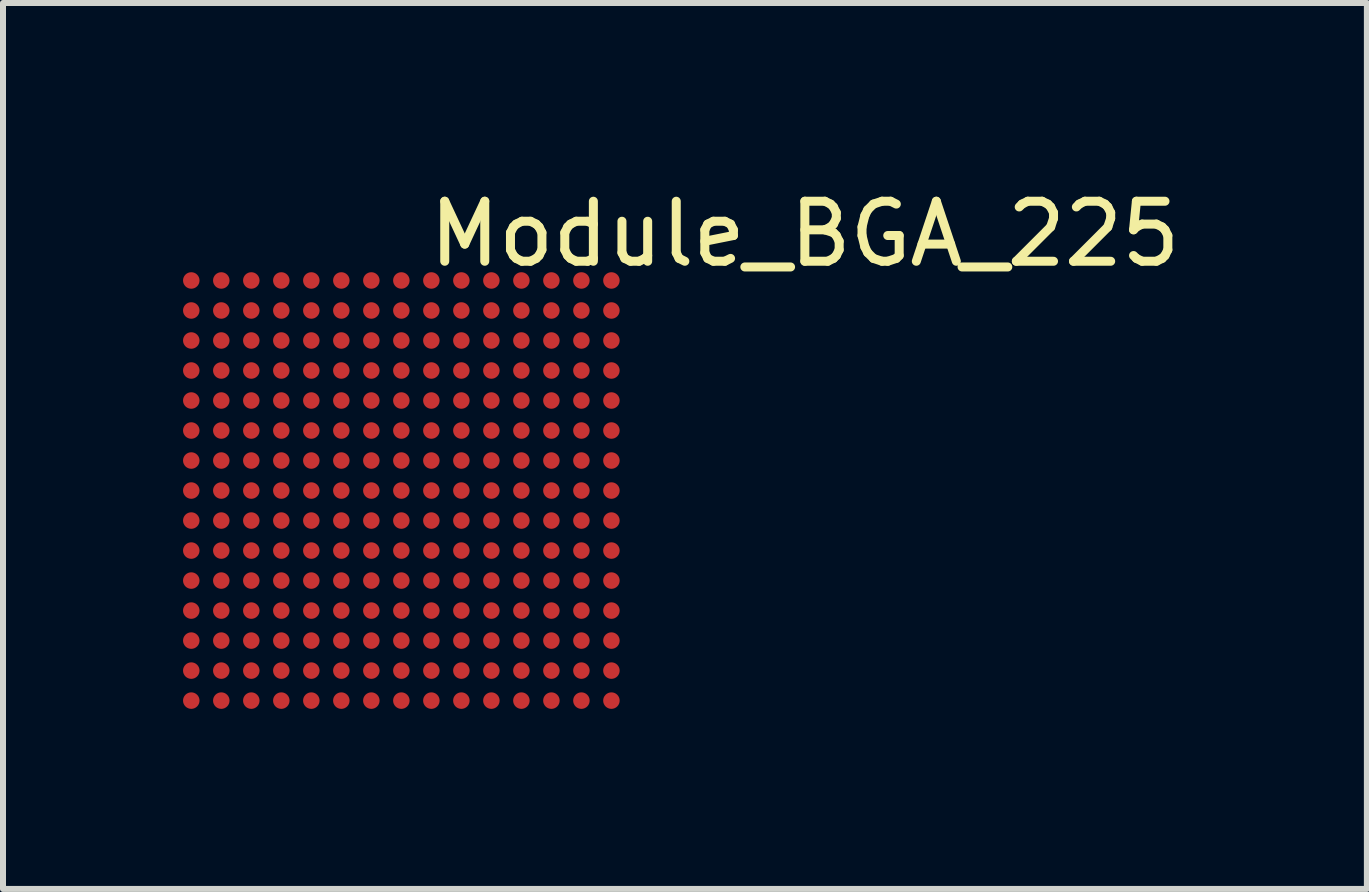
<source format=kicad_pcb>
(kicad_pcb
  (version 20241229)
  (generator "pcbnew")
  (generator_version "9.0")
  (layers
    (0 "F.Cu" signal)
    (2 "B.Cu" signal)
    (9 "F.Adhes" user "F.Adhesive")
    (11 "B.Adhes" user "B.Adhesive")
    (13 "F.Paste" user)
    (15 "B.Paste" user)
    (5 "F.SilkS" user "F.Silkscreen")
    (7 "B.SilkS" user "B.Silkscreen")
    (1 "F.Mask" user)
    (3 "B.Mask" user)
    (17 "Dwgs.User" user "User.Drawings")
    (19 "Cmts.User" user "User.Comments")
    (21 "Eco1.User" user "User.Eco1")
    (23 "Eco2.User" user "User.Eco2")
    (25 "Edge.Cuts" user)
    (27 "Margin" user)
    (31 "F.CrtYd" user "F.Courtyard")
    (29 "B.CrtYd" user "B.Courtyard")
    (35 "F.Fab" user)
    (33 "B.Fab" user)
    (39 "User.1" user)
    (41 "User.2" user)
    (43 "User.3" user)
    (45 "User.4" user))
  (footprint "Module_BGA_225"
    (layer "F.Cu")
    (at 3.659 5.659)
    (property "Reference" "Module_BGA_225" (at 6.701 -4.811 0) (unlocked yes) (layer "F.SilkS") (effects (font (size 1 1) (thickness 0.15))))
    (attr smd)
    (pad "1" smd circle (at -3.522 -4.036) (size 0.275 0.275) (layers "F.Cu" "F.Mask" "F.Paste"))
    (pad "2" smd circle (at -3.022 -4.036) (size 0.275 0.275) (layers "F.Cu" "F.Mask" "F.Paste"))
    (pad "3" smd circle (at -2.522 -4.036) (size 0.275 0.275) (layers "F.Cu" "F.Mask" "F.Paste"))
    (pad "4" smd circle (at -2.022 -4.036) (size 0.275 0.275) (layers "F.Cu" "F.Mask" "F.Paste"))
    (pad "5" smd circle (at -1.522 -4.036) (size 0.275 0.275) (layers "F.Cu" "F.Mask" "F.Paste"))
    (pad "6" smd circle (at -1.022 -4.036) (size 0.275 0.275) (layers "F.Cu" "F.Mask" "F.Paste"))
    (pad "7" smd circle (at -0.522 -4.036) (size 0.275 0.275) (layers "F.Cu" "F.Mask" "F.Paste"))
    (pad "8" smd circle (at -0.022 -4.036) (size 0.275 0.275) (layers "F.Cu" "F.Mask" "F.Paste"))
    (pad "9" smd circle (at 0.478 -4.036) (size 0.275 0.275) (layers "F.Cu" "F.Mask" "F.Paste"))
    (pad "10" smd circle (at 0.978 -4.036) (size 0.275 0.275) (layers "F.Cu" "F.Mask" "F.Paste"))
    (pad "11" smd circle (at 1.478 -4.036) (size 0.275 0.275) (layers "F.Cu" "F.Mask" "F.Paste"))
    (pad "12" smd circle (at 1.978 -4.036) (size 0.275 0.275) (layers "F.Cu" "F.Mask" "F.Paste"))
    (pad "13" smd circle (at 2.478 -4.036) (size 0.275 0.275) (layers "F.Cu" "F.Mask" "F.Paste"))
    (pad "14" smd circle (at 2.978 -4.036) (size 0.275 0.275) (layers "F.Cu" "F.Mask" "F.Paste"))
    (pad "15" smd circle (at 3.478 -4.036) (size 0.275 0.275) (layers "F.Cu" "F.Mask" "F.Paste"))
    (pad "16" smd circle (at -3.522 -3.536) (size 0.275 0.275) (layers "F.Cu" "F.Mask" "F.Paste"))
    (pad "17" smd circle (at -3.022 -3.536) (size 0.275 0.275) (layers "F.Cu" "F.Mask" "F.Paste"))
    (pad "18" smd circle (at -2.522 -3.536) (size 0.275 0.275) (layers "F.Cu" "F.Mask" "F.Paste"))
    (pad "19" smd circle (at -2.022 -3.536) (size 0.275 0.275) (layers "F.Cu" "F.Mask" "F.Paste"))
    (pad "20" smd circle (at -1.522 -3.536) (size 0.275 0.275) (layers "F.Cu" "F.Mask" "F.Paste"))
    (pad "21" smd circle (at -1.022 -3.536) (size 0.275 0.275) (layers "F.Cu" "F.Mask" "F.Paste"))
    (pad "22" smd circle (at -0.522 -3.536) (size 0.275 0.275) (layers "F.Cu" "F.Mask" "F.Paste"))
    (pad "23" smd circle (at -0.022 -3.536) (size 0.275 0.275) (layers "F.Cu" "F.Mask" "F.Paste"))
    (pad "24" smd circle (at 0.478 -3.536) (size 0.275 0.275) (layers "F.Cu" "F.Mask" "F.Paste"))
    (pad "25" smd circle (at 0.978 -3.536) (size 0.275 0.275) (layers "F.Cu" "F.Mask" "F.Paste"))
    (pad "26" smd circle (at 1.478 -3.536) (size 0.275 0.275) (layers "F.Cu" "F.Mask" "F.Paste"))
    (pad "27" smd circle (at 1.978 -3.536) (size 0.275 0.275) (layers "F.Cu" "F.Mask" "F.Paste"))
    (pad "28" smd circle (at 2.478 -3.536) (size 0.275 0.275) (layers "F.Cu" "F.Mask" "F.Paste"))
    (pad "29" smd circle (at 2.978 -3.536) (size 0.275 0.275) (layers "F.Cu" "F.Mask" "F.Paste"))
    (pad "30" smd circle (at 3.478 -3.536) (size 0.275 0.275) (layers "F.Cu" "F.Mask" "F.Paste"))
    (pad "31" smd circle (at -3.522 -3.036) (size 0.275 0.275) (layers "F.Cu" "F.Mask" "F.Paste"))
    (pad "32" smd circle (at -3.022 -3.036) (size 0.275 0.275) (layers "F.Cu" "F.Mask" "F.Paste"))
    (pad "33" smd circle (at -2.522 -3.036) (size 0.275 0.275) (layers "F.Cu" "F.Mask" "F.Paste"))
    (pad "34" smd circle (at -2.022 -3.036) (size 0.275 0.275) (layers "F.Cu" "F.Mask" "F.Paste"))
    (pad "35" smd circle (at -1.522 -3.036) (size 0.275 0.275) (layers "F.Cu" "F.Mask" "F.Paste"))
    (pad "36" smd circle (at -1.022 -3.036) (size 0.275 0.275) (layers "F.Cu" "F.Mask" "F.Paste"))
    (pad "37" smd circle (at -0.522 -3.036) (size 0.275 0.275) (layers "F.Cu" "F.Mask" "F.Paste"))
    (pad "38" smd circle (at -0.022 -3.036) (size 0.275 0.275) (layers "F.Cu" "F.Mask" "F.Paste"))
    (pad "39" smd circle (at 0.478 -3.036) (size 0.275 0.275) (layers "F.Cu" "F.Mask" "F.Paste"))
    (pad "40" smd circle (at 0.978 -3.036) (size 0.275 0.275) (layers "F.Cu" "F.Mask" "F.Paste"))
    (pad "41" smd circle (at 1.478 -3.036) (size 0.275 0.275) (layers "F.Cu" "F.Mask" "F.Paste"))
    (pad "42" smd circle (at 1.978 -3.036) (size 0.275 0.275) (layers "F.Cu" "F.Mask" "F.Paste"))
    (pad "43" smd circle (at 2.478 -3.036) (size 0.275 0.275) (layers "F.Cu" "F.Mask" "F.Paste"))
    (pad "44" smd circle (at 2.978 -3.036) (size 0.275 0.275) (layers "F.Cu" "F.Mask" "F.Paste"))
    (pad "45" smd circle (at 3.478 -3.036) (size 0.275 0.275) (layers "F.Cu" "F.Mask" "F.Paste"))
    (pad "46" smd circle (at -3.522 -2.536) (size 0.275 0.275) (layers "F.Cu" "F.Mask" "F.Paste"))
    (pad "47" smd circle (at -3.022 -2.536) (size 0.275 0.275) (layers "F.Cu" "F.Mask" "F.Paste"))
    (pad "48" smd circle (at -2.522 -2.536) (size 0.275 0.275) (layers "F.Cu" "F.Mask" "F.Paste"))
    (pad "49" smd circle (at -2.022 -2.536) (size 0.275 0.275) (layers "F.Cu" "F.Mask" "F.Paste"))
    (pad "50" smd circle (at -1.522 -2.536) (size 0.275 0.275) (layers "F.Cu" "F.Mask" "F.Paste"))
    (pad "51" smd circle (at -1.022 -2.536) (size 0.275 0.275) (layers "F.Cu" "F.Mask" "F.Paste"))
    (pad "52" smd circle (at -0.522 -2.536) (size 0.275 0.275) (layers "F.Cu" "F.Mask" "F.Paste"))
    (pad "53" smd circle (at -0.022 -2.536) (size 0.275 0.275) (layers "F.Cu" "F.Mask" "F.Paste"))
    (pad "54" smd circle (at 0.478 -2.536) (size 0.275 0.275) (layers "F.Cu" "F.Mask" "F.Paste"))
    (pad "55" smd circle (at 0.978 -2.536) (size 0.275 0.275) (layers "F.Cu" "F.Mask" "F.Paste"))
    (pad "56" smd circle (at 1.478 -2.536) (size 0.275 0.275) (layers "F.Cu" "F.Mask" "F.Paste"))
    (pad "57" smd circle (at 1.978 -2.536) (size 0.275 0.275) (layers "F.Cu" "F.Mask" "F.Paste"))
    (pad "58" smd circle (at 2.478 -2.536) (size 0.275 0.275) (layers "F.Cu" "F.Mask" "F.Paste"))
    (pad "59" smd circle (at 2.978 -2.536) (size 0.275 0.275) (layers "F.Cu" "F.Mask" "F.Paste"))
    (pad "60" smd circle (at 3.478 -2.536) (size 0.275 0.275) (layers "F.Cu" "F.Mask" "F.Paste"))
    (pad "61" smd circle (at -3.522 -2.036) (size 0.275 0.275) (layers "F.Cu" "F.Mask" "F.Paste"))
    (pad "62" smd circle (at -3.022 -2.036) (size 0.275 0.275) (layers "F.Cu" "F.Mask" "F.Paste"))
    (pad "63" smd circle (at -2.522 -2.036) (size 0.275 0.275) (layers "F.Cu" "F.Mask" "F.Paste"))
    (pad "64" smd circle (at -2.022 -2.036) (size 0.275 0.275) (layers "F.Cu" "F.Mask" "F.Paste"))
    (pad "65" smd circle (at -1.522 -2.036) (size 0.275 0.275) (layers "F.Cu" "F.Mask" "F.Paste"))
    (pad "66" smd circle (at -1.022 -2.036) (size 0.275 0.275) (layers "F.Cu" "F.Mask" "F.Paste"))
    (pad "67" smd circle (at -0.522 -2.036) (size 0.275 0.275) (layers "F.Cu" "F.Mask" "F.Paste"))
    (pad "68" smd circle (at -0.022 -2.036) (size 0.275 0.275) (layers "F.Cu" "F.Mask" "F.Paste"))
    (pad "69" smd circle (at 0.478 -2.036) (size 0.275 0.275) (layers "F.Cu" "F.Mask" "F.Paste"))
    (pad "70" smd circle (at 0.978 -2.036) (size 0.275 0.275) (layers "F.Cu" "F.Mask" "F.Paste"))
    (pad "71" smd circle (at 1.478 -2.036) (size 0.275 0.275) (layers "F.Cu" "F.Mask" "F.Paste"))
    (pad "72" smd circle (at 1.978 -2.036) (size 0.275 0.275) (layers "F.Cu" "F.Mask" "F.Paste"))
    (pad "73" smd circle (at 2.478 -2.036) (size 0.275 0.275) (layers "F.Cu" "F.Mask" "F.Paste"))
    (pad "74" smd circle (at 2.978 -2.036) (size 0.275 0.275) (layers "F.Cu" "F.Mask" "F.Paste"))
    (pad "75" smd circle (at 3.478 -2.036) (size 0.275 0.275) (layers "F.Cu" "F.Mask" "F.Paste"))
    (pad "76" smd circle (at -3.522 -1.536) (size 0.275 0.275) (layers "F.Cu" "F.Mask" "F.Paste"))
    (pad "77" smd circle (at -3.022 -1.536) (size 0.275 0.275) (layers "F.Cu" "F.Mask" "F.Paste"))
    (pad "78" smd circle (at -2.522 -1.536) (size 0.275 0.275) (layers "F.Cu" "F.Mask" "F.Paste"))
    (pad "79" smd circle (at -2.022 -1.536) (size 0.275 0.275) (layers "F.Cu" "F.Mask" "F.Paste"))
    (pad "80" smd circle (at -1.522 -1.536) (size 0.275 0.275) (layers "F.Cu" "F.Mask" "F.Paste"))
    (pad "81" smd circle (at -1.022 -1.536) (size 0.275 0.275) (layers "F.Cu" "F.Mask" "F.Paste"))
    (pad "82" smd circle (at -0.522 -1.536) (size 0.275 0.275) (layers "F.Cu" "F.Mask" "F.Paste"))
    (pad "83" smd circle (at -0.022 -1.536) (size 0.275 0.275) (layers "F.Cu" "F.Mask" "F.Paste"))
    (pad "84" smd circle (at 0.478 -1.536) (size 0.275 0.275) (layers "F.Cu" "F.Mask" "F.Paste"))
    (pad "85" smd circle (at 0.978 -1.536) (size 0.275 0.275) (layers "F.Cu" "F.Mask" "F.Paste"))
    (pad "86" smd circle (at 1.478 -1.536) (size 0.275 0.275) (layers "F.Cu" "F.Mask" "F.Paste"))
    (pad "87" smd circle (at 1.978 -1.536) (size 0.275 0.275) (layers "F.Cu" "F.Mask" "F.Paste"))
    (pad "88" smd circle (at 2.478 -1.536) (size 0.275 0.275) (layers "F.Cu" "F.Mask" "F.Paste"))
    (pad "89" smd circle (at 2.978 -1.536) (size 0.275 0.275) (layers "F.Cu" "F.Mask" "F.Paste"))
    (pad "90" smd circle (at 3.478 -1.536) (size 0.275 0.275) (layers "F.Cu" "F.Mask" "F.Paste"))
    (pad "91" smd circle (at -3.522 -1.036) (size 0.275 0.275) (layers "F.Cu" "F.Mask" "F.Paste"))
    (pad "92" smd circle (at -3.022 -1.036) (size 0.275 0.275) (layers "F.Cu" "F.Mask" "F.Paste"))
    (pad "93" smd circle (at -2.522 -1.036) (size 0.275 0.275) (layers "F.Cu" "F.Mask" "F.Paste"))
    (pad "94" smd circle (at -2.022 -1.036) (size 0.275 0.275) (layers "F.Cu" "F.Mask" "F.Paste"))
    (pad "95" smd circle (at -1.522 -1.036) (size 0.275 0.275) (layers "F.Cu" "F.Mask" "F.Paste"))
    (pad "96" smd circle (at -1.022 -1.036) (size 0.275 0.275) (layers "F.Cu" "F.Mask" "F.Paste"))
    (pad "97" smd circle (at -0.522 -1.036) (size 0.275 0.275) (layers "F.Cu" "F.Mask" "F.Paste"))
    (pad "98" smd circle (at -0.022 -1.036) (size 0.275 0.275) (layers "F.Cu" "F.Mask" "F.Paste"))
    (pad "99" smd circle (at 0.478 -1.036) (size 0.275 0.275) (layers "F.Cu" "F.Mask" "F.Paste"))
    (pad "100" smd circle (at 0.978 -1.036) (size 0.275 0.275) (layers "F.Cu" "F.Mask" "F.Paste"))
    (pad "101" smd circle (at 1.478 -1.036) (size 0.275 0.275) (layers "F.Cu" "F.Mask" "F.Paste"))
    (pad "102" smd circle (at 1.978 -1.036) (size 0.275 0.275) (layers "F.Cu" "F.Mask" "F.Paste"))
    (pad "103" smd circle (at 2.478 -1.036) (size 0.275 0.275) (layers "F.Cu" "F.Mask" "F.Paste"))
    (pad "104" smd circle (at 2.978 -1.036) (size 0.275 0.275) (layers "F.Cu" "F.Mask" "F.Paste"))
    (pad "105" smd circle (at 3.478 -1.036) (size 0.275 0.275) (layers "F.Cu" "F.Mask" "F.Paste"))
    (pad "106" smd circle (at -3.522 -0.536) (size 0.275 0.275) (layers "F.Cu" "F.Mask" "F.Paste"))
    (pad "107" smd circle (at -3.022 -0.536) (size 0.275 0.275) (layers "F.Cu" "F.Mask" "F.Paste"))
    (pad "108" smd circle (at -2.522 -0.536) (size 0.275 0.275) (layers "F.Cu" "F.Mask" "F.Paste"))
    (pad "109" smd circle (at -2.022 -0.536) (size 0.275 0.275) (layers "F.Cu" "F.Mask" "F.Paste"))
    (pad "110" smd circle (at -1.522 -0.536) (size 0.275 0.275) (layers "F.Cu" "F.Mask" "F.Paste"))
    (pad "111" smd circle (at -1.022 -0.536) (size 0.275 0.275) (layers "F.Cu" "F.Mask" "F.Paste"))
    (pad "112" smd circle (at -0.522 -0.536) (size 0.275 0.275) (layers "F.Cu" "F.Mask" "F.Paste"))
    (pad "113" smd circle (at -0.022 -0.536) (size 0.275 0.275) (layers "F.Cu" "F.Mask" "F.Paste"))
    (pad "114" smd circle (at 0.478 -0.536) (size 0.275 0.275) (layers "F.Cu" "F.Mask" "F.Paste"))
    (pad "115" smd circle (at 0.978 -0.536) (size 0.275 0.275) (layers "F.Cu" "F.Mask" "F.Paste"))
    (pad "116" smd circle (at 1.478 -0.536) (size 0.275 0.275) (layers "F.Cu" "F.Mask" "F.Paste"))
    (pad "117" smd circle (at 1.978 -0.536) (size 0.275 0.275) (layers "F.Cu" "F.Mask" "F.Paste"))
    (pad "118" smd circle (at 2.478 -0.536) (size 0.275 0.275) (layers "F.Cu" "F.Mask" "F.Paste"))
    (pad "119" smd circle (at 2.978 -0.536) (size 0.275 0.275) (layers "F.Cu" "F.Mask" "F.Paste"))
    (pad "120" smd circle (at 3.478 -0.536) (size 0.275 0.275) (layers "F.Cu" "F.Mask" "F.Paste"))
    (pad "121" smd circle (at -3.522 -0.036) (size 0.275 0.275) (layers "F.Cu" "F.Mask" "F.Paste"))
    (pad "122" smd circle (at -3.022 -0.036) (size 0.275 0.275) (layers "F.Cu" "F.Mask" "F.Paste"))
    (pad "123" smd circle (at -2.522 -0.036) (size 0.275 0.275) (layers "F.Cu" "F.Mask" "F.Paste"))
    (pad "124" smd circle (at -2.022 -0.036) (size 0.275 0.275) (layers "F.Cu" "F.Mask" "F.Paste"))
    (pad "125" smd circle (at -1.522 -0.036) (size 0.275 0.275) (layers "F.Cu" "F.Mask" "F.Paste"))
    (pad "126" smd circle (at -1.022 -0.036) (size 0.275 0.275) (layers "F.Cu" "F.Mask" "F.Paste"))
    (pad "127" smd circle (at -0.522 -0.036) (size 0.275 0.275) (layers "F.Cu" "F.Mask" "F.Paste"))
    (pad "128" smd circle (at -0.022 -0.036) (size 0.275 0.275) (layers "F.Cu" "F.Mask" "F.Paste"))
    (pad "129" smd circle (at 0.478 -0.036) (size 0.275 0.275) (layers "F.Cu" "F.Mask" "F.Paste"))
    (pad "130" smd circle (at 0.978 -0.036) (size 0.275 0.275) (layers "F.Cu" "F.Mask" "F.Paste"))
    (pad "131" smd circle (at 1.478 -0.036) (size 0.275 0.275) (layers "F.Cu" "F.Mask" "F.Paste"))
    (pad "132" smd circle (at 1.978 -0.036) (size 0.275 0.275) (layers "F.Cu" "F.Mask" "F.Paste"))
    (pad "133" smd circle (at 2.478 -0.036) (size 0.275 0.275) (layers "F.Cu" "F.Mask" "F.Paste"))
    (pad "134" smd circle (at 2.978 -0.036) (size 0.275 0.275) (layers "F.Cu" "F.Mask" "F.Paste"))
    (pad "135" smd circle (at 3.478 -0.036) (size 0.275 0.275) (layers "F.Cu" "F.Mask" "F.Paste"))
    (pad "136" smd circle (at -3.522 0.464) (size 0.275 0.275) (layers "F.Cu" "F.Mask" "F.Paste"))
    (pad "137" smd circle (at -3.022 0.464) (size 0.275 0.275) (layers "F.Cu" "F.Mask" "F.Paste"))
    (pad "138" smd circle (at -2.522 0.464) (size 0.275 0.275) (layers "F.Cu" "F.Mask" "F.Paste"))
    (pad "139" smd circle (at -2.022 0.464) (size 0.275 0.275) (layers "F.Cu" "F.Mask" "F.Paste"))
    (pad "140" smd circle (at -1.522 0.464) (size 0.275 0.275) (layers "F.Cu" "F.Mask" "F.Paste"))
    (pad "141" smd circle (at -1.022 0.464) (size 0.275 0.275) (layers "F.Cu" "F.Mask" "F.Paste"))
    (pad "142" smd circle (at -0.522 0.464) (size 0.275 0.275) (layers "F.Cu" "F.Mask" "F.Paste"))
    (pad "143" smd circle (at -0.022 0.464) (size 0.275 0.275) (layers "F.Cu" "F.Mask" "F.Paste"))
    (pad "144" smd circle (at 0.478 0.464) (size 0.275 0.275) (layers "F.Cu" "F.Mask" "F.Paste"))
    (pad "145" smd circle (at 0.978 0.464) (size 0.275 0.275) (layers "F.Cu" "F.Mask" "F.Paste"))
    (pad "146" smd circle (at 1.478 0.464) (size 0.275 0.275) (layers "F.Cu" "F.Mask" "F.Paste"))
    (pad "147" smd circle (at 1.978 0.464) (size 0.275 0.275) (layers "F.Cu" "F.Mask" "F.Paste"))
    (pad "148" smd circle (at 2.478 0.464) (size 0.275 0.275) (layers "F.Cu" "F.Mask" "F.Paste"))
    (pad "149" smd circle (at 2.978 0.464) (size 0.275 0.275) (layers "F.Cu" "F.Mask" "F.Paste"))
    (pad "150" smd circle (at 3.478 0.464) (size 0.275 0.275) (layers "F.Cu" "F.Mask" "F.Paste"))
    (pad "151" smd circle (at -3.522 0.964) (size 0.275 0.275) (layers "F.Cu" "F.Mask" "F.Paste"))
    (pad "152" smd circle (at -3.022 0.964) (size 0.275 0.275) (layers "F.Cu" "F.Mask" "F.Paste"))
    (pad "153" smd circle (at -2.522 0.964) (size 0.275 0.275) (layers "F.Cu" "F.Mask" "F.Paste"))
    (pad "154" smd circle (at -2.022 0.964) (size 0.275 0.275) (layers "F.Cu" "F.Mask" "F.Paste"))
    (pad "155" smd circle (at -1.522 0.964) (size 0.275 0.275) (layers "F.Cu" "F.Mask" "F.Paste"))
    (pad "156" smd circle (at -1.022 0.964) (size 0.275 0.275) (layers "F.Cu" "F.Mask" "F.Paste"))
    (pad "157" smd circle (at -0.522 0.964) (size 0.275 0.275) (layers "F.Cu" "F.Mask" "F.Paste"))
    (pad "158" smd circle (at -0.022 0.964) (size 0.275 0.275) (layers "F.Cu" "F.Mask" "F.Paste"))
    (pad "159" smd circle (at 0.478 0.964) (size 0.275 0.275) (layers "F.Cu" "F.Mask" "F.Paste"))
    (pad "160" smd circle (at 0.978 0.964) (size 0.275 0.275) (layers "F.Cu" "F.Mask" "F.Paste"))
    (pad "161" smd circle (at 1.478 0.964) (size 0.275 0.275) (layers "F.Cu" "F.Mask" "F.Paste"))
    (pad "162" smd circle (at 1.978 0.964) (size 0.275 0.275) (layers "F.Cu" "F.Mask" "F.Paste"))
    (pad "163" smd circle (at 2.478 0.964) (size 0.275 0.275) (layers "F.Cu" "F.Mask" "F.Paste"))
    (pad "164" smd circle (at 2.978 0.964) (size 0.275 0.275) (layers "F.Cu" "F.Mask" "F.Paste"))
    (pad "165" smd circle (at 3.478 0.964) (size 0.275 0.275) (layers "F.Cu" "F.Mask" "F.Paste"))
    (pad "166" smd circle (at -3.522 1.464) (size 0.275 0.275) (layers "F.Cu" "F.Mask" "F.Paste"))
    (pad "167" smd circle (at -3.022 1.464) (size 0.275 0.275) (layers "F.Cu" "F.Mask" "F.Paste"))
    (pad "168" smd circle (at -2.522 1.464) (size 0.275 0.275) (layers "F.Cu" "F.Mask" "F.Paste"))
    (pad "169" smd circle (at -2.022 1.464) (size 0.275 0.275) (layers "F.Cu" "F.Mask" "F.Paste"))
    (pad "170" smd circle (at -1.522 1.464) (size 0.275 0.275) (layers "F.Cu" "F.Mask" "F.Paste"))
    (pad "171" smd circle (at -1.022 1.464) (size 0.275 0.275) (layers "F.Cu" "F.Mask" "F.Paste"))
    (pad "172" smd circle (at -0.522 1.464) (size 0.275 0.275) (layers "F.Cu" "F.Mask" "F.Paste"))
    (pad "173" smd circle (at -0.022 1.464) (size 0.275 0.275) (layers "F.Cu" "F.Mask" "F.Paste"))
    (pad "174" smd circle (at 0.478 1.464) (size 0.275 0.275) (layers "F.Cu" "F.Mask" "F.Paste"))
    (pad "175" smd circle (at 0.978 1.464) (size 0.275 0.275) (layers "F.Cu" "F.Mask" "F.Paste"))
    (pad "176" smd circle (at 1.478 1.464) (size 0.275 0.275) (layers "F.Cu" "F.Mask" "F.Paste"))
    (pad "177" smd circle (at 1.978 1.464) (size 0.275 0.275) (layers "F.Cu" "F.Mask" "F.Paste"))
    (pad "178" smd circle (at 2.478 1.464) (size 0.275 0.275) (layers "F.Cu" "F.Mask" "F.Paste"))
    (pad "179" smd circle (at 2.978 1.464) (size 0.275 0.275) (layers "F.Cu" "F.Mask" "F.Paste"))
    (pad "180" smd circle (at 3.478 1.464) (size 0.275 0.275) (layers "F.Cu" "F.Mask" "F.Paste"))
    (pad "181" smd circle (at -3.522 1.964) (size 0.275 0.275) (layers "F.Cu" "F.Mask" "F.Paste"))
    (pad "182" smd circle (at -3.022 1.964) (size 0.275 0.275) (layers "F.Cu" "F.Mask" "F.Paste"))
    (pad "183" smd circle (at -2.522 1.964) (size 0.275 0.275) (layers "F.Cu" "F.Mask" "F.Paste"))
    (pad "184" smd circle (at -2.022 1.964) (size 0.275 0.275) (layers "F.Cu" "F.Mask" "F.Paste"))
    (pad "185" smd circle (at -1.522 1.964) (size 0.275 0.275) (layers "F.Cu" "F.Mask" "F.Paste"))
    (pad "186" smd circle (at -1.022 1.964) (size 0.275 0.275) (layers "F.Cu" "F.Mask" "F.Paste"))
    (pad "187" smd circle (at -0.522 1.964) (size 0.275 0.275) (layers "F.Cu" "F.Mask" "F.Paste"))
    (pad "188" smd circle (at -0.022 1.964) (size 0.275 0.275) (layers "F.Cu" "F.Mask" "F.Paste"))
    (pad "189" smd circle (at 0.478 1.964) (size 0.275 0.275) (layers "F.Cu" "F.Mask" "F.Paste"))
    (pad "190" smd circle (at 0.978 1.964) (size 0.275 0.275) (layers "F.Cu" "F.Mask" "F.Paste"))
    (pad "191" smd circle (at 1.478 1.964) (size 0.275 0.275) (layers "F.Cu" "F.Mask" "F.Paste"))
    (pad "192" smd circle (at 1.978 1.964) (size 0.275 0.275) (layers "F.Cu" "F.Mask" "F.Paste"))
    (pad "193" smd circle (at 2.478 1.964) (size 0.275 0.275) (layers "F.Cu" "F.Mask" "F.Paste"))
    (pad "194" smd circle (at 2.978 1.964) (size 0.275 0.275) (layers "F.Cu" "F.Mask" "F.Paste"))
    (pad "195" smd circle (at 3.478 1.964) (size 0.275 0.275) (layers "F.Cu" "F.Mask" "F.Paste"))
    (pad "196" smd circle (at -3.522 2.464) (size 0.275 0.275) (layers "F.Cu" "F.Mask" "F.Paste"))
    (pad "197" smd circle (at -3.022 2.464) (size 0.275 0.275) (layers "F.Cu" "F.Mask" "F.Paste"))
    (pad "198" smd circle (at -2.522 2.464) (size 0.275 0.275) (layers "F.Cu" "F.Mask" "F.Paste"))
    (pad "199" smd circle (at -2.022 2.464) (size 0.275 0.275) (layers "F.Cu" "F.Mask" "F.Paste"))
    (pad "200" smd circle (at -1.522 2.464) (size 0.275 0.275) (layers "F.Cu" "F.Mask" "F.Paste"))
    (pad "201" smd circle (at -1.022 2.464) (size 0.275 0.275) (layers "F.Cu" "F.Mask" "F.Paste"))
    (pad "202" smd circle (at -0.522 2.464) (size 0.275 0.275) (layers "F.Cu" "F.Mask" "F.Paste"))
    (pad "203" smd circle (at -0.022 2.464) (size 0.275 0.275) (layers "F.Cu" "F.Mask" "F.Paste"))
    (pad "204" smd circle (at 0.478 2.464) (size 0.275 0.275) (layers "F.Cu" "F.Mask" "F.Paste"))
    (pad "205" smd circle (at 0.978 2.464) (size 0.275 0.275) (layers "F.Cu" "F.Mask" "F.Paste"))
    (pad "206" smd circle (at 1.478 2.464) (size 0.275 0.275) (layers "F.Cu" "F.Mask" "F.Paste"))
    (pad "207" smd circle (at 1.978 2.464) (size 0.275 0.275) (layers "F.Cu" "F.Mask" "F.Paste"))
    (pad "208" smd circle (at 2.478 2.464) (size 0.275 0.275) (layers "F.Cu" "F.Mask" "F.Paste"))
    (pad "209" smd circle (at 2.978 2.464) (size 0.275 0.275) (layers "F.Cu" "F.Mask" "F.Paste"))
    (pad "210" smd circle (at 3.478 2.464) (size 0.275 0.275) (layers "F.Cu" "F.Mask" "F.Paste"))
    (pad "211" smd circle (at -3.522 2.964) (size 0.275 0.275) (layers "F.Cu" "F.Mask" "F.Paste"))
    (pad "212" smd circle (at -3.022 2.964) (size 0.275 0.275) (layers "F.Cu" "F.Mask" "F.Paste"))
    (pad "213" smd circle (at -2.522 2.964) (size 0.275 0.275) (layers "F.Cu" "F.Mask" "F.Paste"))
    (pad "214" smd circle (at -2.022 2.964) (size 0.275 0.275) (layers "F.Cu" "F.Mask" "F.Paste"))
    (pad "215" smd circle (at -1.522 2.964) (size 0.275 0.275) (layers "F.Cu" "F.Mask" "F.Paste"))
    (pad "216" smd circle (at -1.022 2.964) (size 0.275 0.275) (layers "F.Cu" "F.Mask" "F.Paste"))
    (pad "217" smd circle (at -0.522 2.964) (size 0.275 0.275) (layers "F.Cu" "F.Mask" "F.Paste"))
    (pad "218" smd circle (at -0.022 2.964) (size 0.275 0.275) (layers "F.Cu" "F.Mask" "F.Paste"))
    (pad "219" smd circle (at 0.478 2.964) (size 0.275 0.275) (layers "F.Cu" "F.Mask" "F.Paste"))
    (pad "220" smd circle (at 0.978 2.964) (size 0.275 0.275) (layers "F.Cu" "F.Mask" "F.Paste"))
    (pad "221" smd circle (at 1.478 2.964) (size 0.275 0.275) (layers "F.Cu" "F.Mask" "F.Paste"))
    (pad "222" smd circle (at 1.978 2.964) (size 0.275 0.275) (layers "F.Cu" "F.Mask" "F.Paste"))
    (pad "223" smd circle (at 2.478 2.964) (size 0.275 0.275) (layers "F.Cu" "F.Mask" "F.Paste"))
    (pad "224" smd circle (at 2.978 2.964) (size 0.275 0.275) (layers "F.Cu" "F.Mask" "F.Paste"))
    (pad "225" smd circle (at 3.478 2.964) (size 0.275 0.275) (layers "F.Cu" "F.Mask" "F.Paste")))
  (gr_rect
    (start -3 -3)
    (end 19.724 11.761)
    (stroke (width 0.1) (type default))
    (fill no)
    (layer "Edge.Cuts")))
</source>
